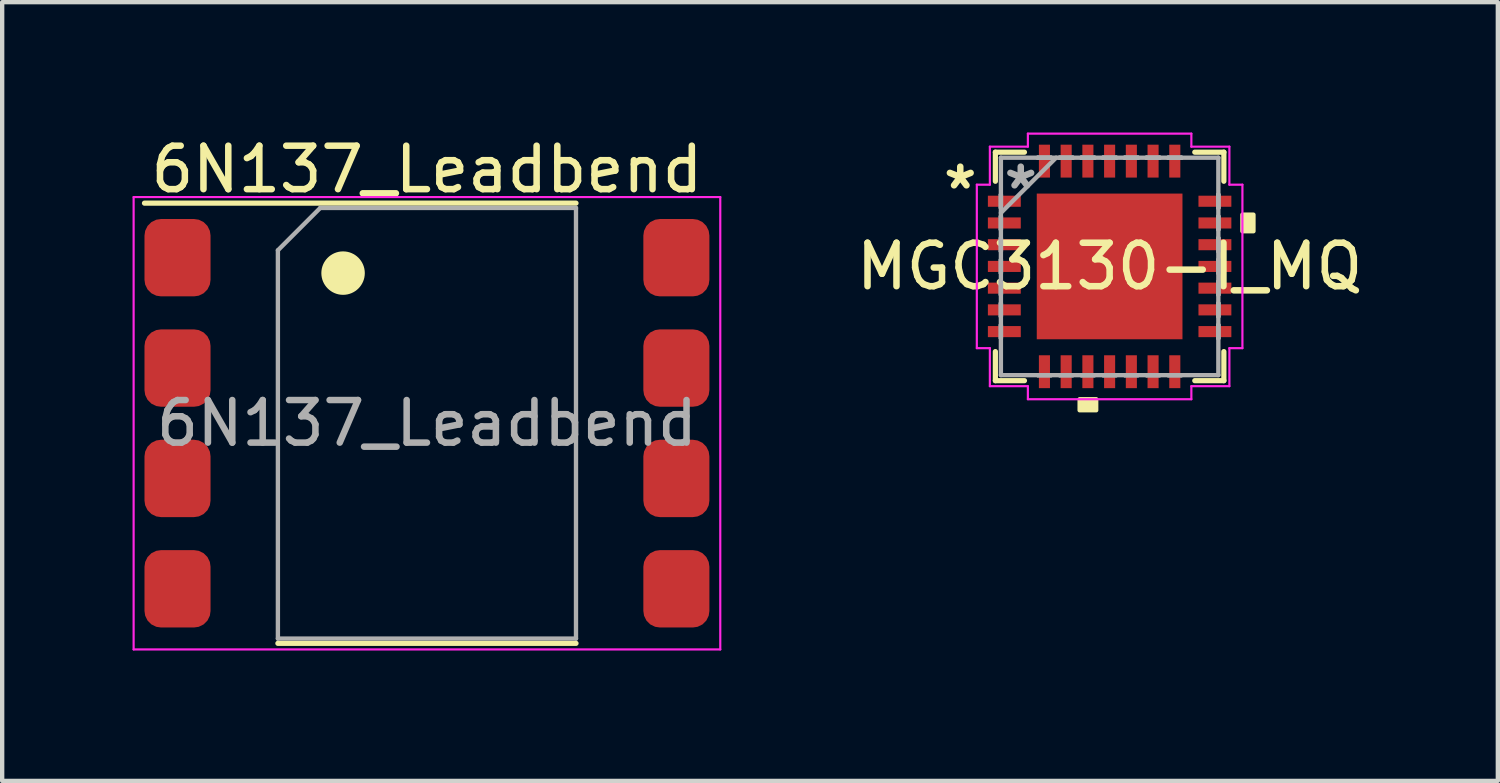
<source format=kicad_pcb>
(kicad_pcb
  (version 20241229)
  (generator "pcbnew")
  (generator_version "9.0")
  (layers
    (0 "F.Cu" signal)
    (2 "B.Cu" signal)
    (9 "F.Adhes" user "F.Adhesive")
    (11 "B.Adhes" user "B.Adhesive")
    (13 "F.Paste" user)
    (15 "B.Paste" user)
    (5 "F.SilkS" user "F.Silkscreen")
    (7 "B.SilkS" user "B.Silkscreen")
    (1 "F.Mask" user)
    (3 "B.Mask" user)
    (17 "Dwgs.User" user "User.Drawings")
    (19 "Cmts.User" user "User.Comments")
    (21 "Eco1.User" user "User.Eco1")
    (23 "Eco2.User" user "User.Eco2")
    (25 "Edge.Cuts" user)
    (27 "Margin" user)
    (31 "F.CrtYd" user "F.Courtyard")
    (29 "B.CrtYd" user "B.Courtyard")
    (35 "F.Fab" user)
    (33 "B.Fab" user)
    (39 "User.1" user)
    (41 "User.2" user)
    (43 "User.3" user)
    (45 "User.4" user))
  (footprint "6N137_Leadbend"
    (layer "F.Cu")
    (at 6.775 6.69)
    (property "Reference" "6N137_Leadbend" (at 0 -5.842 0) (unlocked yes) (layer "F.SilkS") (effects (font (size 1 1) (thickness 0.15))))
    (attr smd)
    (fp_line (start 3.43 -5.065) (end -6.5 -5.065) (stroke (width 0.12) (type solid)) (layer "F.SilkS"))
    (fp_line (start 3.43 5.065) (end -3.43 5.065) (stroke (width 0.12) (type solid)) (layer "F.SilkS"))
    (fp_circle (center -1.93 -3.455) (end -1.43 -3.455) (stroke (width 0) (type solid)) (fill yes) (layer "F.SilkS"))
    (fp_line (start -6.75 -5.205) (end -6.75 5.205) (stroke (width 0.05) (type solid)) (layer "F.CrtYd"))
    (fp_line (start -6.75 5.205) (end 6.75 5.205) (stroke (width 0.05) (type solid)) (layer "F.CrtYd"))
    (fp_line (start 6.75 -5.205) (end -6.75 -5.205) (stroke (width 0.05) (type solid)) (layer "F.CrtYd"))
    (fp_line (start 6.75 5.205) (end 6.75 -5.205) (stroke (width 0.05) (type solid)) (layer "F.CrtYd"))
    (fp_line (start -3.43 -3.98) (end -3.43 4.955) (stroke (width 0.1) (type solid)) (layer "F.Fab"))
    (fp_line (start -3.43 -3.98) (end -2.455 -4.955) (stroke (width 0.1) (type solid)) (layer "F.Fab"))
    (fp_line (start -2.455 -4.955) (end 3.43 -4.955) (stroke (width 0.1) (type solid)) (layer "F.Fab"))
    (fp_line (start 3.43 -4.955) (end 3.43 4.955) (stroke (width 0.1) (type solid)) (layer "F.Fab"))
    (fp_line (start 3.43 4.955) (end -3.43 4.955) (stroke (width 0.1) (type solid)) (layer "F.Fab"))
    (fp_text user "${REFERENCE}" (at 0 0 0) (layer "F.Fab") (effects (font (size 0.98 0.98) (thickness 0.15))))
    (pad "1" smd roundrect (at -5.74 -3.81) (size 1.52 1.78) (layers "F.Cu" "F.Mask" "F.Paste") (roundrect_rratio 0.25))
    (pad "2" smd roundrect (at -5.74 -1.27) (size 1.52 1.78) (layers "F.Cu" "F.Mask" "F.Paste") (roundrect_rratio 0.25))
    (pad "3" smd roundrect (at -5.74 1.27) (size 1.52 1.78) (layers "F.Cu" "F.Mask" "F.Paste") (roundrect_rratio 0.25))
    (pad "4" smd roundrect (at -5.74 3.81) (size 1.52 1.78) (layers "F.Cu" "F.Mask" "F.Paste") (roundrect_rratio 0.25))
    (pad "5" smd roundrect (at 5.74 3.81) (size 1.52 1.78) (layers "F.Cu" "F.Mask" "F.Paste") (roundrect_rratio 0.25))
    (pad "6" smd roundrect (at 5.74 1.27) (size 1.52 1.78) (layers "F.Cu" "F.Mask" "F.Paste") (roundrect_rratio 0.25))
    (pad "7" smd roundrect (at 5.74 -1.27) (size 1.52 1.78) (layers "F.Cu" "F.Mask" "F.Paste") (roundrect_rratio 0.25))
    (pad "8" smd roundrect (at 5.74 -3.81) (size 1.52 1.78) (layers "F.Cu" "F.Mask" "F.Paste") (roundrect_rratio 0.25)))
  (footprint "MGC3130-I_MQ"
    (layer "F.Cu")
    (at 22.485 3.081)
    (property "Reference" "MGC3130-I_MQ" (at 0 0 0) (layer "F.SilkS") (effects (font (size 1 1) (thickness 0.15))))
    (attr through_hole)
    (fp_line (start -2.629 -2.629) (end -2.629 -1.96) (stroke (width 0.12) (type solid)) (layer "F.SilkS"))
    (fp_line (start -2.629 1.96) (end -2.629 2.629) (stroke (width 0.12) (type solid)) (layer "F.SilkS"))
    (fp_line (start -2.629 2.629) (end -1.96 2.629) (stroke (width 0.12) (type solid)) (layer "F.SilkS"))
    (fp_line (start -1.96 -2.629) (end -2.629 -2.629) (stroke (width 0.12) (type solid)) (layer "F.SilkS"))
    (fp_line (start 1.96 2.629) (end 2.629 2.629) (stroke (width 0.12) (type solid)) (layer "F.SilkS"))
    (fp_line (start 2.629 -2.629) (end 1.96 -2.629) (stroke (width 0.12) (type solid)) (layer "F.SilkS"))
    (fp_line (start 2.629 -1.96) (end 2.629 -2.629) (stroke (width 0.12) (type solid)) (layer "F.SilkS"))
    (fp_line (start 2.629 2.629) (end 2.629 1.96) (stroke (width 0.12) (type solid)) (layer "F.SilkS"))
    (fp_poly (pts (xy -0.69 3.056) (xy -0.69 3.31) (xy -0.309 3.31) (xy -0.309 3.056)) (stroke (width 0.1) (type solid)) (fill yes) (layer "F.SilkS"))
    (fp_poly (pts (xy 3.31 -1.191) (xy 3.31 -0.81) (xy 3.056 -0.81) (xy 3.056 -1.191)) (stroke (width 0.1) (type solid)) (fill yes) (layer "F.SilkS"))
    (fp_poly (pts (xy -1.576 -1.576) (xy -1.576 -0.1) (xy -0.1 -0.1) (xy -0.1 -1.576)) (stroke (width 0.1) (type solid)) (fill yes) (layer "F.Paste"))
    (fp_poly (pts (xy -1.576 0.1) (xy -1.576 1.576) (xy -0.1 1.576) (xy -0.1 0.1)) (stroke (width 0.1) (type solid)) (fill yes) (layer "F.Paste"))
    (fp_poly (pts (xy 0.1 -1.576) (xy 0.1 -0.1) (xy 1.576 -0.1) (xy 1.576 -1.576)) (stroke (width 0.1) (type solid)) (fill yes) (layer "F.Paste"))
    (fp_poly (pts (xy 0.1 0.1) (xy 0.1 1.576) (xy 1.576 1.576) (xy 1.576 0.1)) (stroke (width 0.1) (type solid)) (fill yes) (layer "F.Paste"))
    (fp_line (start -3.056 -1.881) (end -2.756 -1.881) (stroke (width 0.05) (type solid)) (layer "F.CrtYd"))
    (fp_line (start -3.056 1.881) (end -3.056 -1.881) (stroke (width 0.05) (type solid)) (layer "F.CrtYd"))
    (fp_line (start -2.756 -2.756) (end -1.881 -2.756) (stroke (width 0.05) (type solid)) (layer "F.CrtYd"))
    (fp_line (start -2.756 -1.881) (end -2.756 -2.756) (stroke (width 0.05) (type solid)) (layer "F.CrtYd"))
    (fp_line (start -2.756 1.881) (end -3.056 1.881) (stroke (width 0.05) (type solid)) (layer "F.CrtYd"))
    (fp_line (start -2.756 2.756) (end -2.756 1.881) (stroke (width 0.05) (type solid)) (layer "F.CrtYd"))
    (fp_line (start -1.881 -3.056) (end 1.881 -3.056) (stroke (width 0.05) (type solid)) (layer "F.CrtYd"))
    (fp_line (start -1.881 -2.756) (end -1.881 -3.056) (stroke (width 0.05) (type solid)) (layer "F.CrtYd"))
    (fp_line (start -1.881 2.756) (end -2.756 2.756) (stroke (width 0.05) (type solid)) (layer "F.CrtYd"))
    (fp_line (start -1.881 3.056) (end -1.881 2.756) (stroke (width 0.05) (type solid)) (layer "F.CrtYd"))
    (fp_line (start 1.881 -3.056) (end 1.881 -2.756) (stroke (width 0.05) (type solid)) (layer "F.CrtYd"))
    (fp_line (start 1.881 -2.756) (end 2.756 -2.756) (stroke (width 0.05) (type solid)) (layer "F.CrtYd"))
    (fp_line (start 1.881 2.756) (end 1.881 3.056) (stroke (width 0.05) (type solid)) (layer "F.CrtYd"))
    (fp_line (start 1.881 3.056) (end -1.881 3.056) (stroke (width 0.05) (type solid)) (layer "F.CrtYd"))
    (fp_line (start 2.756 -2.756) (end 2.756 -1.881) (stroke (width 0.05) (type solid)) (layer "F.CrtYd"))
    (fp_line (start 2.756 -1.881) (end 3.056 -1.881) (stroke (width 0.05) (type solid)) (layer "F.CrtYd"))
    (fp_line (start 2.756 1.881) (end 2.756 2.756) (stroke (width 0.05) (type solid)) (layer "F.CrtYd"))
    (fp_line (start 2.756 2.756) (end 1.881 2.756) (stroke (width 0.05) (type solid)) (layer "F.CrtYd"))
    (fp_line (start 3.056 -1.881) (end 3.056 1.881) (stroke (width 0.05) (type solid)) (layer "F.CrtYd"))
    (fp_line (start 3.056 1.881) (end 2.756 1.881) (stroke (width 0.05) (type solid)) (layer "F.CrtYd"))
    (fp_line (start -2.502 -2.502) (end -2.502 2.502) (stroke (width 0.1) (type solid)) (layer "F.Fab"))
    (fp_line (start -2.502 -1.652) (end -2.502 -1.652) (stroke (width 0.1) (type solid)) (layer "F.Fab"))
    (fp_line (start -2.502 -1.652) (end -2.502 -1.348) (stroke (width 0.1) (type solid)) (layer "F.Fab"))
    (fp_line (start -2.502 -1.348) (end -2.502 -1.652) (stroke (width 0.1) (type solid)) (layer "F.Fab"))
    (fp_line (start -2.502 -1.348) (end -2.502 -1.348) (stroke (width 0.1) (type solid)) (layer "F.Fab"))
    (fp_line (start -2.502 -1.232) (end -1.232 -2.502) (stroke (width 0.1) (type solid)) (layer "F.Fab"))
    (fp_line (start -2.502 -1.152) (end -2.502 -1.152) (stroke (width 0.1) (type solid)) (layer "F.Fab"))
    (fp_line (start -2.502 -1.152) (end -2.502 -0.848) (stroke (width 0.1) (type solid)) (layer "F.Fab"))
    (fp_line (start -2.502 -0.848) (end -2.502 -1.152) (stroke (width 0.1) (type solid)) (layer "F.Fab"))
    (fp_line (start -2.502 -0.848) (end -2.502 -0.848) (stroke (width 0.1) (type solid)) (layer "F.Fab"))
    (fp_line (start -2.502 -0.652) (end -2.502 -0.652) (stroke (width 0.1) (type solid)) (layer "F.Fab"))
    (fp_line (start -2.502 -0.652) (end -2.502 -0.348) (stroke (width 0.1) (type solid)) (layer "F.Fab"))
    (fp_line (start -2.502 -0.348) (end -2.502 -0.652) (stroke (width 0.1) (type solid)) (layer "F.Fab"))
    (fp_line (start -2.502 -0.348) (end -2.502 -0.348) (stroke (width 0.1) (type solid)) (layer "F.Fab"))
    (fp_line (start -2.502 -0.152) (end -2.502 -0.152) (stroke (width 0.1) (type solid)) (layer "F.Fab"))
    (fp_line (start -2.502 -0.152) (end -2.502 0.152) (stroke (width 0.1) (type solid)) (layer "F.Fab"))
    (fp_line (start -2.502 0.152) (end -2.502 -0.152) (stroke (width 0.1) (type solid)) (layer "F.Fab"))
    (fp_line (start -2.502 0.152) (end -2.502 0.152) (stroke (width 0.1) (type solid)) (layer "F.Fab"))
    (fp_line (start -2.502 0.348) (end -2.502 0.348) (stroke (width 0.1) (type solid)) (layer "F.Fab"))
    (fp_line (start -2.502 0.348) (end -2.502 0.652) (stroke (width 0.1) (type solid)) (layer "F.Fab"))
    (fp_line (start -2.502 0.652) (end -2.502 0.348) (stroke (width 0.1) (type solid)) (layer "F.Fab"))
    (fp_line (start -2.502 0.652) (end -2.502 0.652) (stroke (width 0.1) (type solid)) (layer "F.Fab"))
    (fp_line (start -2.502 0.848) (end -2.502 0.848) (stroke (width 0.1) (type solid)) (layer "F.Fab"))
    (fp_line (start -2.502 0.848) (end -2.502 1.152) (stroke (width 0.1) (type solid)) (layer "F.Fab"))
    (fp_line (start -2.502 1.152) (end -2.502 0.848) (stroke (width 0.1) (type solid)) (layer "F.Fab"))
    (fp_line (start -2.502 1.152) (end -2.502 1.152) (stroke (width 0.1) (type solid)) (layer "F.Fab"))
    (fp_line (start -2.502 1.348) (end -2.502 1.348) (stroke (width 0.1) (type solid)) (layer "F.Fab"))
    (fp_line (start -2.502 1.348) (end -2.502 1.652) (stroke (width 0.1) (type solid)) (layer "F.Fab"))
    (fp_line (start -2.502 1.652) (end -2.502 1.348) (stroke (width 0.1) (type solid)) (layer "F.Fab"))
    (fp_line (start -2.502 1.652) (end -2.502 1.652) (stroke (width 0.1) (type solid)) (layer "F.Fab"))
    (fp_line (start -2.502 2.502) (end 2.502 2.502) (stroke (width 0.1) (type solid)) (layer "F.Fab"))
    (fp_line (start -1.652 -2.502) (end -1.652 -2.502) (stroke (width 0.1) (type solid)) (layer "F.Fab"))
    (fp_line (start -1.652 -2.502) (end -1.348 -2.502) (stroke (width 0.1) (type solid)) (layer "F.Fab"))
    (fp_line (start -1.652 2.502) (end -1.652 2.502) (stroke (width 0.1) (type solid)) (layer "F.Fab"))
    (fp_line (start -1.652 2.502) (end -1.348 2.502) (stroke (width 0.1) (type solid)) (layer "F.Fab"))
    (fp_line (start -1.348 -2.502) (end -1.652 -2.502) (stroke (width 0.1) (type solid)) (layer "F.Fab"))
    (fp_line (start -1.348 -2.502) (end -1.348 -2.502) (stroke (width 0.1) (type solid)) (layer "F.Fab"))
    (fp_line (start -1.348 2.502) (end -1.652 2.502) (stroke (width 0.1) (type solid)) (layer "F.Fab"))
    (fp_line (start -1.348 2.502) (end -1.348 2.502) (stroke (width 0.1) (type solid)) (layer "F.Fab"))
    (fp_line (start -1.152 -2.502) (end -1.152 -2.502) (stroke (width 0.1) (type solid)) (layer "F.Fab"))
    (fp_line (start -1.152 -2.502) (end -0.848 -2.502) (stroke (width 0.1) (type solid)) (layer "F.Fab"))
    (fp_line (start -1.152 2.502) (end -1.152 2.502) (stroke (width 0.1) (type solid)) (layer "F.Fab"))
    (fp_line (start -1.152 2.502) (end -0.848 2.502) (stroke (width 0.1) (type solid)) (layer "F.Fab"))
    (fp_line (start -0.848 -2.502) (end -1.152 -2.502) (stroke (width 0.1) (type solid)) (layer "F.Fab"))
    (fp_line (start -0.848 -2.502) (end -0.848 -2.502) (stroke (width 0.1) (type solid)) (layer "F.Fab"))
    (fp_line (start -0.848 2.502) (end -1.152 2.502) (stroke (width 0.1) (type solid)) (layer "F.Fab"))
    (fp_line (start -0.848 2.502) (end -0.848 2.502) (stroke (width 0.1) (type solid)) (layer "F.Fab"))
    (fp_line (start -0.652 -2.502) (end -0.652 -2.502) (stroke (width 0.1) (type solid)) (layer "F.Fab"))
    (fp_line (start -0.652 -2.502) (end -0.348 -2.502) (stroke (width 0.1) (type solid)) (layer "F.Fab"))
    (fp_line (start -0.652 2.502) (end -0.652 2.502) (stroke (width 0.1) (type solid)) (layer "F.Fab"))
    (fp_line (start -0.652 2.502) (end -0.348 2.502) (stroke (width 0.1) (type solid)) (layer "F.Fab"))
    (fp_line (start -0.348 -2.502) (end -0.652 -2.502) (stroke (width 0.1) (type solid)) (layer "F.Fab"))
    (fp_line (start -0.348 -2.502) (end -0.348 -2.502) (stroke (width 0.1) (type solid)) (layer "F.Fab"))
    (fp_line (start -0.348 2.502) (end -0.652 2.502) (stroke (width 0.1) (type solid)) (layer "F.Fab"))
    (fp_line (start -0.348 2.502) (end -0.348 2.502) (stroke (width 0.1) (type solid)) (layer "F.Fab"))
    (fp_line (start -0.152 -2.502) (end -0.152 -2.502) (stroke (width 0.1) (type solid)) (layer "F.Fab"))
    (fp_line (start -0.152 -2.502) (end 0.152 -2.502) (stroke (width 0.1) (type solid)) (layer "F.Fab"))
    (fp_line (start -0.152 2.502) (end -0.152 2.502) (stroke (width 0.1) (type solid)) (layer "F.Fab"))
    (fp_line (start -0.152 2.502) (end 0.152 2.502) (stroke (width 0.1) (type solid)) (layer "F.Fab"))
    (fp_line (start 0.152 -2.502) (end -0.152 -2.502) (stroke (width 0.1) (type solid)) (layer "F.Fab"))
    (fp_line (start 0.152 -2.502) (end 0.152 -2.502) (stroke (width 0.1) (type solid)) (layer "F.Fab"))
    (fp_line (start 0.152 2.502) (end -0.152 2.502) (stroke (width 0.1) (type solid)) (layer "F.Fab"))
    (fp_line (start 0.152 2.502) (end 0.152 2.502) (stroke (width 0.1) (type solid)) (layer "F.Fab"))
    (fp_line (start 0.348 -2.502) (end 0.348 -2.502) (stroke (width 0.1) (type solid)) (layer "F.Fab"))
    (fp_line (start 0.348 -2.502) (end 0.652 -2.502) (stroke (width 0.1) (type solid)) (layer "F.Fab"))
    (fp_line (start 0.348 2.502) (end 0.348 2.502) (stroke (width 0.1) (type solid)) (layer "F.Fab"))
    (fp_line (start 0.348 2.502) (end 0.652 2.502) (stroke (width 0.1) (type solid)) (layer "F.Fab"))
    (fp_line (start 0.652 -2.502) (end 0.348 -2.502) (stroke (width 0.1) (type solid)) (layer "F.Fab"))
    (fp_line (start 0.652 -2.502) (end 0.652 -2.502) (stroke (width 0.1) (type solid)) (layer "F.Fab"))
    (fp_line (start 0.652 2.502) (end 0.348 2.502) (stroke (width 0.1) (type solid)) (layer "F.Fab"))
    (fp_line (start 0.652 2.502) (end 0.652 2.502) (stroke (width 0.1) (type solid)) (layer "F.Fab"))
    (fp_line (start 0.848 -2.502) (end 0.848 -2.502) (stroke (width 0.1) (type solid)) (layer "F.Fab"))
    (fp_line (start 0.848 -2.502) (end 1.152 -2.502) (stroke (width 0.1) (type solid)) (layer "F.Fab"))
    (fp_line (start 0.848 2.502) (end 0.848 2.502) (stroke (width 0.1) (type solid)) (layer "F.Fab"))
    (fp_line (start 0.848 2.502) (end 1.152 2.502) (stroke (width 0.1) (type solid)) (layer "F.Fab"))
    (fp_line (start 1.152 -2.502) (end 0.848 -2.502) (stroke (width 0.1) (type solid)) (layer "F.Fab"))
    (fp_line (start 1.152 -2.502) (end 1.152 -2.502) (stroke (width 0.1) (type solid)) (layer "F.Fab"))
    (fp_line (start 1.152 2.502) (end 0.848 2.502) (stroke (width 0.1) (type solid)) (layer "F.Fab"))
    (fp_line (start 1.152 2.502) (end 1.152 2.502) (stroke (width 0.1) (type solid)) (layer "F.Fab"))
    (fp_line (start 1.348 -2.502) (end 1.348 -2.502) (stroke (width 0.1) (type solid)) (layer "F.Fab"))
    (fp_line (start 1.348 -2.502) (end 1.652 -2.502) (stroke (width 0.1) (type solid)) (layer "F.Fab"))
    (fp_line (start 1.348 2.502) (end 1.348 2.502) (stroke (width 0.1) (type solid)) (layer "F.Fab"))
    (fp_line (start 1.348 2.502) (end 1.652 2.502) (stroke (width 0.1) (type solid)) (layer "F.Fab"))
    (fp_line (start 1.652 -2.502) (end 1.348 -2.502) (stroke (width 0.1) (type solid)) (layer "F.Fab"))
    (fp_line (start 1.652 -2.502) (end 1.652 -2.502) (stroke (width 0.1) (type solid)) (layer "F.Fab"))
    (fp_line (start 1.652 2.502) (end 1.348 2.502) (stroke (width 0.1) (type solid)) (layer "F.Fab"))
    (fp_line (start 1.652 2.502) (end 1.652 2.502) (stroke (width 0.1) (type solid)) (layer "F.Fab"))
    (fp_line (start 2.502 -2.502) (end -2.502 -2.502) (stroke (width 0.1) (type solid)) (layer "F.Fab"))
    (fp_line (start 2.502 -1.652) (end 2.502 -1.652) (stroke (width 0.1) (type solid)) (layer "F.Fab"))
    (fp_line (start 2.502 -1.652) (end 2.502 -1.348) (stroke (width 0.1) (type solid)) (layer "F.Fab"))
    (fp_line (start 2.502 -1.348) (end 2.502 -1.652) (stroke (width 0.1) (type solid)) (layer "F.Fab"))
    (fp_line (start 2.502 -1.348) (end 2.502 -1.348) (stroke (width 0.1) (type solid)) (layer "F.Fab"))
    (fp_line (start 2.502 -1.152) (end 2.502 -1.152) (stroke (width 0.1) (type solid)) (layer "F.Fab"))
    (fp_line (start 2.502 -1.152) (end 2.502 -0.848) (stroke (width 0.1) (type solid)) (layer "F.Fab"))
    (fp_line (start 2.502 -0.848) (end 2.502 -1.152) (stroke (width 0.1) (type solid)) (layer "F.Fab"))
    (fp_line (start 2.502 -0.848) (end 2.502 -0.848) (stroke (width 0.1) (type solid)) (layer "F.Fab"))
    (fp_line (start 2.502 -0.652) (end 2.502 -0.652) (stroke (width 0.1) (type solid)) (layer "F.Fab"))
    (fp_line (start 2.502 -0.652) (end 2.502 -0.348) (stroke (width 0.1) (type solid)) (layer "F.Fab"))
    (fp_line (start 2.502 -0.348) (end 2.502 -0.652) (stroke (width 0.1) (type solid)) (layer "F.Fab"))
    (fp_line (start 2.502 -0.348) (end 2.502 -0.348) (stroke (width 0.1) (type solid)) (layer "F.Fab"))
    (fp_line (start 2.502 -0.152) (end 2.502 -0.152) (stroke (width 0.1) (type solid)) (layer "F.Fab"))
    (fp_line (start 2.502 -0.152) (end 2.502 0.152) (stroke (width 0.1) (type solid)) (layer "F.Fab"))
    (fp_line (start 2.502 0.152) (end 2.502 -0.152) (stroke (width 0.1) (type solid)) (layer "F.Fab"))
    (fp_line (start 2.502 0.152) (end 2.502 0.152) (stroke (width 0.1) (type solid)) (layer "F.Fab"))
    (fp_line (start 2.502 0.348) (end 2.502 0.348) (stroke (width 0.1) (type solid)) (layer "F.Fab"))
    (fp_line (start 2.502 0.348) (end 2.502 0.652) (stroke (width 0.1) (type solid)) (layer "F.Fab"))
    (fp_line (start 2.502 0.652) (end 2.502 0.348) (stroke (width 0.1) (type solid)) (layer "F.Fab"))
    (fp_line (start 2.502 0.652) (end 2.502 0.652) (stroke (width 0.1) (type solid)) (layer "F.Fab"))
    (fp_line (start 2.502 0.848) (end 2.502 0.848) (stroke (width 0.1) (type solid)) (layer "F.Fab"))
    (fp_line (start 2.502 0.848) (end 2.502 1.152) (stroke (width 0.1) (type solid)) (layer "F.Fab"))
    (fp_line (start 2.502 1.152) (end 2.502 0.848) (stroke (width 0.1) (type solid)) (layer "F.Fab"))
    (fp_line (start 2.502 1.152) (end 2.502 1.152) (stroke (width 0.1) (type solid)) (layer "F.Fab"))
    (fp_line (start 2.502 1.348) (end 2.502 1.348) (stroke (width 0.1) (type solid)) (layer "F.Fab"))
    (fp_line (start 2.502 1.348) (end 2.502 1.652) (stroke (width 0.1) (type solid)) (layer "F.Fab"))
    (fp_line (start 2.502 1.652) (end 2.502 1.348) (stroke (width 0.1) (type solid)) (layer "F.Fab"))
    (fp_line (start 2.502 1.652) (end 2.502 1.652) (stroke (width 0.1) (type solid)) (layer "F.Fab"))
    (fp_line (start 2.502 2.502) (end 2.502 -2.502) (stroke (width 0.1) (type solid)) (layer "F.Fab"))
    (fp_text user "*" (at -3.437 -1.75 0) (layer "F.SilkS") (effects (font (size 1 1) (thickness 0.15))))
    (fp_text user "*" (at -2.045 -1.75 0) (layer "F.Fab") (effects (font (size 1 1) (thickness 0.15))))
    (pad "1" smd rect (at -2.423 -1.5 90) (size 0.255 0.757) (layers "F.Cu" "F.Mask" "F.Paste"))
    (pad "2" smd rect (at -2.423 -1 90) (size 0.255 0.757) (layers "F.Cu" "F.Mask" "F.Paste"))
    (pad "3" smd rect (at -2.423 -0.5 90) (size 0.255 0.757) (layers "F.Cu" "F.Mask" "F.Paste"))
    (pad "4" smd rect (at -2.423 0 90) (size 0.255 0.757) (layers "F.Cu" "F.Mask" "F.Paste"))
    (pad "5" smd rect (at -2.423 0.5 90) (size 0.255 0.757) (layers "F.Cu" "F.Mask" "F.Paste"))
    (pad "6" smd rect (at -2.423 1 90) (size 0.255 0.757) (layers "F.Cu" "F.Mask" "F.Paste"))
    (pad "7" smd rect (at -2.423 1.5 90) (size 0.255 0.757) (layers "F.Cu" "F.Mask" "F.Paste"))
    (pad "8" smd rect (at -1.5 2.423) (size 0.255 0.757) (layers "F.Cu" "F.Mask" "F.Paste"))
    (pad "9" smd rect (at -1 2.423) (size 0.255 0.757) (layers "F.Cu" "F.Mask" "F.Paste"))
    (pad "10" smd rect (at -0.5 2.423) (size 0.255 0.757) (layers "F.Cu" "F.Mask" "F.Paste"))
    (pad "11" smd rect (at 0 2.423) (size 0.255 0.757) (layers "F.Cu" "F.Mask" "F.Paste"))
    (pad "12" smd rect (at 0.5 2.423) (size 0.255 0.757) (layers "F.Cu" "F.Mask" "F.Paste"))
    (pad "13" smd rect (at 1 2.423) (size 0.255 0.757) (layers "F.Cu" "F.Mask" "F.Paste"))
    (pad "14" smd rect (at 1.5 2.423) (size 0.255 0.757) (layers "F.Cu" "F.Mask" "F.Paste"))
    (pad "15" smd rect (at 2.423 1.5 90) (size 0.255 0.757) (layers "F.Cu" "F.Mask" "F.Paste"))
    (pad "16" smd rect (at 2.423 1 90) (size 0.255 0.757) (layers "F.Cu" "F.Mask" "F.Paste"))
    (pad "17" smd rect (at 2.423 0.5 90) (size 0.255 0.757) (layers "F.Cu" "F.Mask" "F.Paste"))
    (pad "18" smd rect (at 2.423 0 90) (size 0.255 0.757) (layers "F.Cu" "F.Mask" "F.Paste"))
    (pad "19" smd rect (at 2.423 -0.5 90) (size 0.255 0.757) (layers "F.Cu" "F.Mask" "F.Paste"))
    (pad "20" smd rect (at 2.423 -1 90) (size 0.255 0.757) (layers "F.Cu" "F.Mask" "F.Paste"))
    (pad "21" smd rect (at 2.423 -1.5 90) (size 0.255 0.757) (layers "F.Cu" "F.Mask" "F.Paste"))
    (pad "22" smd rect (at 1.5 -2.423) (size 0.255 0.757) (layers "F.Cu" "F.Mask" "F.Paste"))
    (pad "23" smd rect (at 1 -2.423) (size 0.255 0.757) (layers "F.Cu" "F.Mask" "F.Paste"))
    (pad "24" smd rect (at 0.5 -2.423) (size 0.255 0.757) (layers "F.Cu" "F.Mask" "F.Paste"))
    (pad "25" smd rect (at 0 -2.423) (size 0.255 0.757) (layers "F.Cu" "F.Mask" "F.Paste"))
    (pad "26" smd rect (at -0.5 -2.423) (size 0.255 0.757) (layers "F.Cu" "F.Mask" "F.Paste"))
    (pad "27" smd rect (at -1 -2.423) (size 0.255 0.757) (layers "F.Cu" "F.Mask" "F.Paste"))
    (pad "28" smd rect (at -1.5 -2.423) (size 0.255 0.757) (layers "F.Cu" "F.Mask" "F.Paste"))
    (pad "29" smd rect (at 0 0) (size 3.353 3.353) (layers "F.Cu" "F.Mask")))
  (gr_rect
    (start -3 -3)
    (end 31.419 14.92)
    (stroke (width 0.1) (type default))
    (fill no)
    (layer "Edge.Cuts")))
</source>
